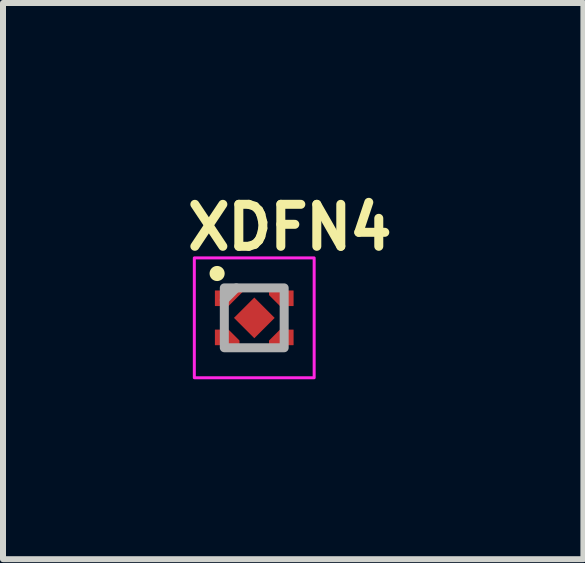
<source format=kicad_pcb>
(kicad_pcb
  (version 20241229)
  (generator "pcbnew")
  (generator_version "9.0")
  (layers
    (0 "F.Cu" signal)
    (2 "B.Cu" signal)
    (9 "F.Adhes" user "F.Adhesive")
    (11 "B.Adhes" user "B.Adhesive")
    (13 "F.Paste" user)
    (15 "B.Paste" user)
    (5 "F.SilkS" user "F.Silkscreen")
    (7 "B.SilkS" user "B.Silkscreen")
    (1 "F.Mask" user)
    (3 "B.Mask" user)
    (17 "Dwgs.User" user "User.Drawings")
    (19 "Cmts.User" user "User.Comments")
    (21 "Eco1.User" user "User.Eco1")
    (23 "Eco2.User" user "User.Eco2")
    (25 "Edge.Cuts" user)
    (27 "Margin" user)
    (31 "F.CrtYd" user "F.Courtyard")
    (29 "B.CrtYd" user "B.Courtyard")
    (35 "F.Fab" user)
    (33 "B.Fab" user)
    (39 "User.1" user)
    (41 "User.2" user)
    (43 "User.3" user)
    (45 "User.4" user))
  (footprint "XDFN4"
    (layer "F.Cu")
    (at 1.19 2.25)
    (property "Reference" "XDFN4" (at -1.19 -1.1 0) (layer "F.SilkS") (effects (font (size 0.7 0.7) (thickness 0.15)) (justify left bottom)))
    (attr smd)
    (fp_poly (pts (xy -0.75 -0.552) (xy 0.02 -0.552) (xy -0.43 -0.102) (xy -0.75 -0.102)) (stroke (width 0.01) (type solid)) (fill yes) (layer "F.Mask"))
    (fp_poly (pts (xy -0.75 0.55) (xy -0.15 0.55) (xy -0.15 0.378) (xy -0.43 0.1) (xy -0.75 0.1)) (stroke (width 0.01) (type solid)) (fill yes) (layer "F.Mask"))
    (fp_poly (pts (xy 0.748 -0.552) (xy 0.148 -0.552) (xy 0.148 -0.38) (xy 0.428 -0.102) (xy 0.748 -0.102)) (stroke (width 0.01) (type solid)) (fill yes) (layer "F.Mask"))
    (fp_poly (pts (xy 0.748 0.55) (xy 0.148 0.55) (xy 0.148 0.378) (xy 0.428 0.1) (xy 0.748 0.1)) (stroke (width 0.01) (type solid)) (fill yes) (layer "F.Mask"))
    (fp_circle (center -0.62 -0.74) (end -0.569 -0.74) (stroke (width 0.15) (type solid)) (fill yes) (layer "F.SilkS"))
    (fp_poly (pts (xy -0.652 -0.452) (xy -0.18 -0.452) (xy -0.43 -0.202) (xy -0.652 -0.202)) (stroke (width 0.01) (type solid)) (fill yes) (layer "F.Paste"))
    (fp_poly (pts (xy -0.152 -0.152) (xy 0.15 -0.152) (xy 0.15 0.15) (xy -0.152 0.15)) (stroke (width 0.01) (type solid)) (fill yes) (layer "F.Paste"))
    (fp_poly (pts (xy -0.652 0.45) (xy -0.25 0.45) (xy -0.25 0.378) (xy -0.43 0.2) (xy -0.652 0.2)) (stroke (width 0.01) (type solid)) (fill yes) (layer "F.Paste"))
    (fp_poly (pts (xy 0.65 -0.452) (xy 0.248 -0.452) (xy 0.248 -0.38) (xy 0.428 -0.202) (xy 0.65 -0.202)) (stroke (width 0.01) (type solid)) (fill yes) (layer "F.Paste"))
    (fp_poly (pts (xy 0.65 0.45) (xy 0.248 0.45) (xy 0.248 0.378) (xy 0.428 0.2) (xy 0.65 0.2)) (stroke (width 0.01) (type solid)) (fill yes) (layer "F.Paste"))
    (fp_rect (start -1 -1) (end 0.998 0.998) (stroke (width 0.05) (type solid)) (fill no) (layer "F.CrtYd"))
    (fp_line (start -0.5 -0.3) (end -0.3 -0.5) (stroke (width 0.15) (type solid)) (layer "F.Fab"))
    (fp_rect (start -0.5 -0.5) (end 0.498 0.498) (stroke (width 0.15) (type solid)) (fill no) (layer "F.Fab"))
    (fp_rect (start -0.5 -0.5) (end 0.498 0.498) (stroke (width 0.1) (type solid)) (fill no) (layer "User.5"))
    (fp_line (start -0.5 -0.5) (end -0.5 0.498) (stroke (width 0.02) (type solid)) (layer "User.9"))
    (fp_line (start -0.5 0.498) (end 0.498 0.498) (stroke (width 0.02) (type solid)) (layer "User.9"))
    (fp_line (start 0.498 -0.5) (end -0.5 -0.5) (stroke (width 0.02) (type solid)) (layer "User.9"))
    (fp_line (start 0.498 0.498) (end 0.498 -0.5) (stroke (width 0.02) (type solid)) (layer "User.9"))
    (pad "1" smd custom (at -0.452 -0.327) (size 0.1 0.1) (layers "F.Cu") (options (anchor rect)) (primitives (gr_poly (pts (xy -0.2 -0.125) (xy 0.27 -0.125) (xy 0.02 0.125) (xy -0.2 0.125)) (width 0.01) (fill yes))))
    (pad "2" smd custom (at -0.452 0.325) (size 0.1 0.1) (layers "F.Cu") (options (anchor rect)) (primitives (gr_poly (pts (xy -0.2 0.125) (xy 0.2 0.125) (xy 0.2 0.055) (xy 0.02 -0.125) (xy -0.2 -0.125)) (width 0.01) (fill yes))))
    (pad "3" smd custom (at 0.45 0.325) (size 0.1 0.1) (layers "F.Cu") (options (anchor rect)) (primitives (gr_poly (pts (xy 0.2 0.125) (xy -0.2 0.125) (xy -0.2 0.055) (xy -0.02 -0.125) (xy 0.2 -0.125)) (width 0.01) (fill yes))))
    (pad "4" smd custom (at 0.45 -0.327) (size 0.1 0.1) (layers "F.Cu") (options (anchor rect)) (primitives (gr_poly (pts (xy 0.2 -0.125) (xy -0.2 -0.125) (xy -0.2 -0.055) (xy -0.02 0.125) (xy 0.2 0.125)) (width 0.01) (fill yes))))
    (pad "5" smd rect (at 0 0 45) (size 0.48 0.48) (layers "F.Cu" "F.Mask")))
  (gr_rect
    (start -3 -3)
    (end 6.677 6.273)
    (stroke (width 0.1) (type default))
    (fill no)
    (layer "Edge.Cuts")))
</source>
